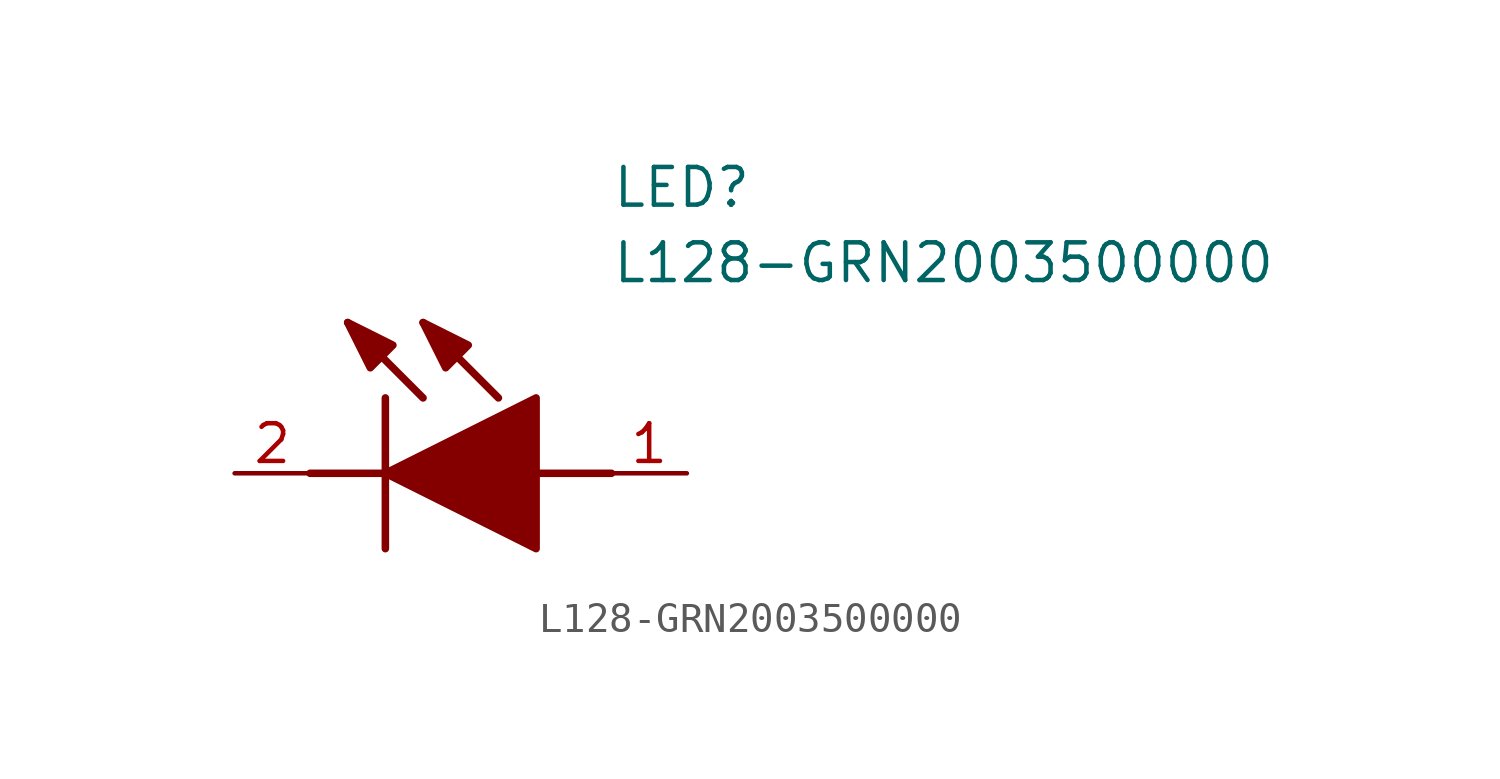
<source format=kicad_sym>
(kicad_symbol_lib
  (version 20211014)
  (generator SamacSys_ECAD_Model)
  (symbol "L128-GRN2003500000"
    (pin_names hide)
    (property "Reference" "LED"
      (at 12.7 8.89 0)
      (effects (font (size 1.27 1.27)) (justify left bottom)))
    (property "Value" "L128-GRN2003500000"
      (at 12.7 6.35 0)
      (effects (font (size 1.27 1.27)) (justify left bottom)))
    (polyline
      (pts (xy 5.08 2.54) (xy 5.08 -2.54))
      (stroke (width 0.254) (type default))
      (fill (type none)))
    (polyline
      (pts (xy 6.35 2.54) (xy 3.81 5.08))
      (stroke (width 0.254) (type default))
      (fill (type none)))
    (polyline
      (pts (xy 8.89 2.54) (xy 6.35 5.08))
      (stroke (width 0.254) (type default))
      (fill (type none)))
    (polyline
      (pts (xy 2.54 0) (xy 5.08 0))
      (stroke (width 0.254) (type default))
      (fill (type none)))
    (polyline
      (pts (xy 10.16 0) (xy 12.7 0))
      (stroke (width 0.254) (type default))
      (fill (type none)))
    (polyline
      (pts (xy 5.08 0) (xy 10.16 2.54) (xy 10.16 -2.54) (xy 5.08 0))
      (stroke (width 0.254) (type default))
      (fill (type outline)))
    (polyline
      (pts (xy 5.334 4.318) (xy 4.572 3.556) (xy 3.81 5.08) (xy 5.334 4.318))
      (stroke (width 0.254) (type default))
      (fill (type outline)))
    (polyline
      (pts (xy 7.874 4.318) (xy 7.112 3.556) (xy 6.35 5.08) (xy 7.874 4.318))
      (stroke (width 0.254) (type default))
      (fill (type outline)))
    (pin passive line
      (at 0 0 0)
      (length 2.54)
      (name "K" (effects (font (size 1.27 1.27))))
      (number "2" (effects (font (size 1.27 1.27)))))
    (pin passive line
      (at 15.24 0 180)
      (length 2.54)
      (name "A" (effects (font (size 1.27 1.27))))
      (number "1" (effects (font (size 1.27 1.27)))))))
</source>
